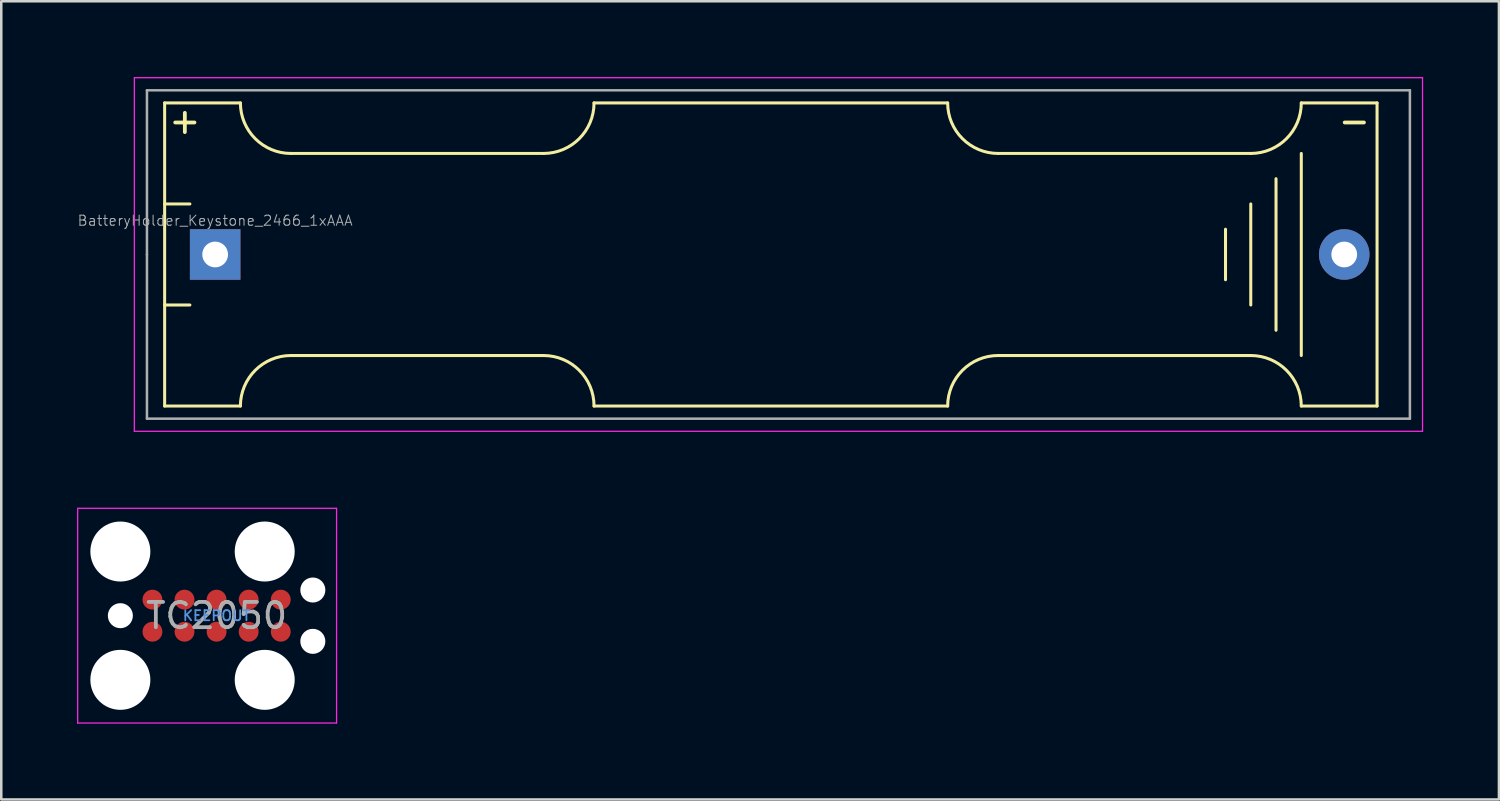
<source format=kicad_pcb>
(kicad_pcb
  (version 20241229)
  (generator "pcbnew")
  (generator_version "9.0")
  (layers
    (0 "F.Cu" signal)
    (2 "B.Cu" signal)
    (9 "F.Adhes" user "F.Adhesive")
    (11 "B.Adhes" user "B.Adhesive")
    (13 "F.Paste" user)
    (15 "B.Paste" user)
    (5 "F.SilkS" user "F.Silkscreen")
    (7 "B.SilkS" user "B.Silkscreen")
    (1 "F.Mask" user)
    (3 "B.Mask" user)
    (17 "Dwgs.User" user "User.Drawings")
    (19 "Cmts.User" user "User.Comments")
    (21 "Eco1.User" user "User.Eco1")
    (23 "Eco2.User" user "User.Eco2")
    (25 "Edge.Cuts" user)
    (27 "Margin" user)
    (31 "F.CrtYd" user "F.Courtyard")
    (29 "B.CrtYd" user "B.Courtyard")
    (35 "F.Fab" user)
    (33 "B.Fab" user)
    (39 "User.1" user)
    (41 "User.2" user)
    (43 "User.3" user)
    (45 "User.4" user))
  (footprint "BatteryHolder_Keystone_2466_1xAAA"
    (layer "F.Cu")
    (at 5.468 7.025)
    (property "Reference" "BatteryHolder_Keystone_2466_1xAAA" (at 0 -1.34 180) (layer "F.Fab") (effects (font (size 0.4 0.4) (thickness 0.04))))
    (attr through_hole)
    (fp_line (start -2 -6) (end -2 6) (stroke (width 0.12) (type solid)) (layer "F.SilkS"))
    (fp_line (start -2 -6) (end 1 -6) (stroke (width 0.12) (type solid)) (layer "F.SilkS"))
    (fp_line (start -2 -2) (end -1 -2) (stroke (width 0.12) (type solid)) (layer "F.SilkS"))
    (fp_line (start -2 6) (end 1 6) (stroke (width 0.12) (type solid)) (layer "F.SilkS"))
    (fp_line (start -1 2) (end -2 2) (stroke (width 0.12) (type solid)) (layer "F.SilkS"))
    (fp_line (start 3 -4) (end 13 -4) (stroke (width 0.12) (type solid)) (layer "F.SilkS"))
    (fp_line (start 3 4) (end 13 4) (stroke (width 0.12) (type solid)) (layer "F.SilkS"))
    (fp_line (start 15 6) (end 29 6) (stroke (width 0.12) (type solid)) (layer "F.SilkS"))
    (fp_line (start 29 -6) (end 15 -6) (stroke (width 0.12) (type solid)) (layer "F.SilkS"))
    (fp_line (start 40 -1) (end 40 1) (stroke (width 0.12) (type solid)) (layer "F.SilkS"))
    (fp_line (start 41 -4) (end 31 -4) (stroke (width 0.12) (type solid)) (layer "F.SilkS"))
    (fp_line (start 41 -2) (end 41 2) (stroke (width 0.12) (type solid)) (layer "F.SilkS"))
    (fp_line (start 41 4) (end 31 4) (stroke (width 0.12) (type solid)) (layer "F.SilkS"))
    (fp_line (start 42 3) (end 42 -3) (stroke (width 0.12) (type solid)) (layer "F.SilkS"))
    (fp_line (start 43 -4) (end 43 4) (stroke (width 0.12) (type solid)) (layer "F.SilkS"))
    (fp_line (start 46 -6) (end 43 -6) (stroke (width 0.12) (type solid)) (layer "F.SilkS"))
    (fp_line (start 46 -6) (end 46 6) (stroke (width 0.12) (type solid)) (layer "F.SilkS"))
    (fp_line (start 46 6) (end 43 6) (stroke (width 0.12) (type solid)) (layer "F.SilkS"))
    (fp_arc (start 1 6) (mid 1.585786 4.585786) (end 3 4) (stroke (width 0.12) (type solid)) (layer "F.SilkS"))
    (fp_arc (start 3 -4) (mid 1.585786 -4.585786) (end 1 -6) (stroke (width 0.12) (type solid)) (layer "F.SilkS"))
    (fp_arc (start 13 4) (mid 14.414214 4.585786) (end 15 6) (stroke (width 0.12) (type solid)) (layer "F.SilkS"))
    (fp_arc (start 15 -6) (mid 14.414214 -4.585786) (end 13 -4) (stroke (width 0.12) (type solid)) (layer "F.SilkS"))
    (fp_arc (start 29 6) (mid 29.585786 4.585786) (end 31 4) (stroke (width 0.12) (type solid)) (layer "F.SilkS"))
    (fp_arc (start 31 -4) (mid 29.585786 -4.585786) (end 29 -6) (stroke (width 0.12) (type solid)) (layer "F.SilkS"))
    (fp_arc (start 41 4) (mid 42.414214 4.585786) (end 43 6) (stroke (width 0.12) (type solid)) (layer "F.SilkS"))
    (fp_arc (start 43 -6) (mid 42.414214 -4.585786) (end 41 -4) (stroke (width 0.12) (type solid)) (layer "F.SilkS"))
    (fp_line (start -3.2 -7) (end -3.2 7) (stroke (width 0.05) (type solid)) (layer "F.CrtYd"))
    (fp_line (start -3.2 7) (end 47.8 7) (stroke (width 0.05) (type solid)) (layer "F.CrtYd"))
    (fp_line (start 47.8 -7) (end -3.2 -7) (stroke (width 0.05) (type solid)) (layer "F.CrtYd"))
    (fp_line (start 47.8 7) (end 47.8 -7) (stroke (width 0.05) (type solid)) (layer "F.CrtYd"))
    (fp_line (start -2.7 -6.5) (end 47.3 -6.5) (stroke (width 0.1) (type solid)) (layer "F.Fab"))
    (fp_line (start -2.7 0) (end -2.7 -6.5) (stroke (width 0.1) (type solid)) (layer "F.Fab"))
    (fp_line (start -2.7 6.5) (end -2.7 0) (stroke (width 0.1) (type solid)) (layer "F.Fab"))
    (fp_line (start 47.3 -6.5) (end 47.3 6.5) (stroke (width 0.1) (type solid)) (layer "F.Fab"))
    (fp_line (start 47.3 6.5) (end -2.7 6.5) (stroke (width 0.1) (type solid)) (layer "F.Fab"))
    (fp_text user "-" (at 45.1 -5.3 0) (layer "F.SilkS") (effects (font (size 1 1) (thickness 0.15))))
    (fp_text user "+" (at -1.2 -5.3 0) (layer "F.SilkS") (effects (font (size 1 1) (thickness 0.15))))
    (pad "1" thru_hole rect (at 0 0) (size 2 2) (drill 1.02) (layers "*.Cu" "*.Mask"))
    (pad "2" thru_hole circle (at 44.7 0) (size 2 2) (drill 1.02) (layers "*.Cu" "*.Mask")))
  (footprint "TC2050"
    (layer "F.Cu")
    (at 5.525 21.325)
    (property "Reference" "TC2050" (at 0 0 0) (layer "F.Fab") (effects (font (size 1 1) (thickness 0.15))))
    (attr exclude_from_pos_files exclude_from_bom)
    (fp_line (start -5.5 -4.25) (end 4.75 -4.25) (stroke (width 0.05) (type solid)) (layer "F.CrtYd"))
    (fp_line (start -5.5 4.25) (end -5.5 -4.25) (stroke (width 0.05) (type solid)) (layer "F.CrtYd"))
    (fp_line (start 4.75 -4.25) (end 4.75 4.25) (stroke (width 0.05) (type solid)) (layer "F.CrtYd"))
    (fp_line (start 4.75 4.25) (end -5.5 4.25) (stroke (width 0.05) (type solid)) (layer "F.CrtYd"))
    (fp_text user "KEEPOUT" (at 0 0 0) (layer "Cmts.User") (effects (font (size 0.4 0.4) (thickness 0.07))))
    (pad "" np_thru_hole circle (at -3.81 -2.54) (size 2.375 2.375) (drill 2.375) (layers "*.Cu" "*.Mask"))
    (pad "" np_thru_hole circle (at -3.81 0) (size 0.991 0.991) (drill 0.991) (layers "*.Cu" "*.Mask"))
    (pad "" np_thru_hole circle (at -3.81 2.54) (size 2.375 2.375) (drill 2.375) (layers "*.Cu" "*.Mask"))
    (pad "" np_thru_hole circle (at 1.905 -2.54) (size 2.375 2.375) (drill 2.375) (layers "*.Cu" "*.Mask"))
    (pad "" np_thru_hole circle (at 1.905 2.54) (size 2.375 2.375) (drill 2.375) (layers "*.Cu" "*.Mask"))
    (pad "" np_thru_hole circle (at 3.81 -1.016) (size 0.991 0.991) (drill 0.991) (layers "*.Cu" "*.Mask"))
    (pad "" np_thru_hole circle (at 3.81 1.016) (size 0.991 0.991) (drill 0.991) (layers "*.Cu" "*.Mask"))
    (pad "1" connect circle (at -2.54 0.635) (size 0.787 0.787) (layers "F.Cu" "F.Mask"))
    (pad "2" connect circle (at -1.27 0.635) (size 0.787 0.787) (layers "F.Cu" "F.Mask"))
    (pad "3" connect circle (at 0 0.635) (size 0.787 0.787) (layers "F.Cu" "F.Mask"))
    (pad "4" connect circle (at 1.27 0.635) (size 0.787 0.787) (layers "F.Cu" "F.Mask"))
    (pad "5" connect circle (at 2.54 0.635) (size 0.787 0.787) (layers "F.Cu" "F.Mask"))
    (pad "6" connect circle (at 2.54 -0.635) (size 0.787 0.787) (layers "F.Cu" "F.Mask"))
    (pad "7" connect circle (at 1.27 -0.635) (size 0.787 0.787) (layers "F.Cu" "F.Mask"))
    (pad "8" connect circle (at 0 -0.635) (size 0.787 0.787) (layers "F.Cu" "F.Mask"))
    (pad "9" connect circle (at -1.27 -0.635) (size 0.787 0.787) (layers "F.Cu" "F.Mask"))
    (pad "10" connect circle (at -2.54 -0.635) (size 0.787 0.787) (layers "F.Cu" "F.Mask"))
    (zone (net_name "") (layer "F.Cu") (hatch full 0.508) (connect_pads) (min_thickness 0.254) (filled_areas_thickness no) (keepout (tracks allowed) (vias allowed) (pads allowed) (copperpour not_allowed) (footprints not_allowed)) (placement (enabled no)) (fill) (polygon (pts (xy 2.985 21.96) (xy 8.065 21.96) (xy 8.065 20.69) (xy 2.985 20.69))))
    (zone (net_name "") (layer "F.Cu") (hatch edge 0.508) (connect_pads) (min_thickness 0.254) (filled_areas_thickness no) (keepout (tracks allowed) (vias allowed) (pads allowed) (copperpour not_allowed) (footprints allowed)) (placement (enabled no)) (fill (island_removal_mode 2) (island_area_min 10)) (polygon (pts (xy 8.956 18.224) (xy 9.522 19.135) (xy 9.925 20.405) (xy 9.925 22.295) (xy 9.618 23.46) (xy 8.956 24.465) (xy 7.865 25.055) (xy 1.305 25.055) (xy 0.525 24.275) (xy 0.525 18.372) (xy 1.298 17.595) (xy 7.809 17.595)))))
  (gr_rect
    (start -3 -3)
    (end 56.293 28.6)
    (stroke (width 0.1) (type default))
    (fill no)
    (layer "Edge.Cuts")))
</source>
